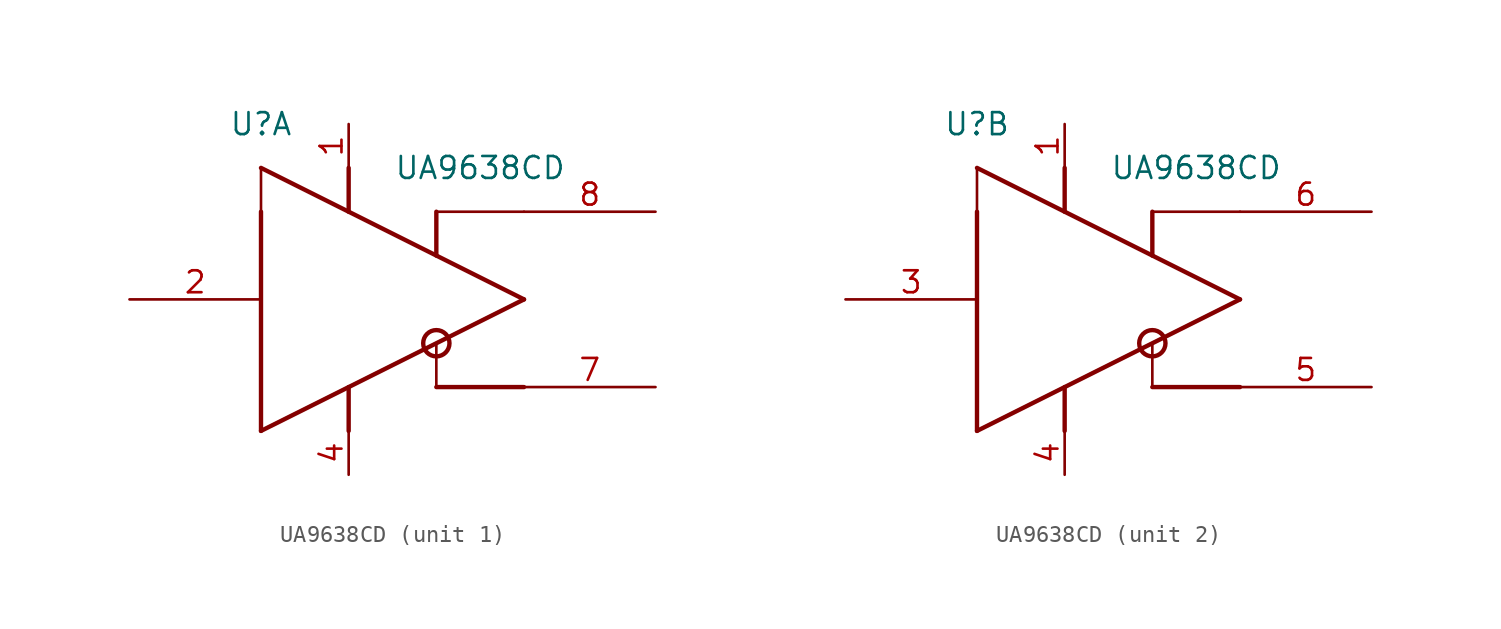
<source format=kicad_sym>
(kicad_symbol_lib
  (version 20241209)
  (generator "kicad_symbol_editor")
  (generator_version "9.0")
  (symbol "UA9638CD"
    (pin_names
      (offset 1.016)
      (hide yes))
    (property "Reference" "U"
      (at -7.62 10.16 0)
      (effects (font (size 1.27 1.27))))
    (property "Value" "UA9638CD"
      (at 5.08 7.62 0)
      (effects (font (size 1.27 1.27))))
    (symbol "UA9638CD_0_1"
      (polyline (pts (xy -7.62 7.62) (xy 7.62 0)) (stroke (width 0.254) (type default)) (fill (type none)))
      (polyline (pts (xy -7.62 5.08) (xy -7.62 7.62)) (stroke (width 0) (type default)) (fill (type none)))
      (polyline (pts (xy -7.62 5.08) (xy -7.62 -7.62)) (stroke (width 0.254) (type default)) (fill (type background)))
      (polyline (pts (xy -2.54 5.08) (xy -2.54 7.62)) (stroke (width 0.254) (type default)) (fill (type none)))
      (polyline (pts (xy -2.54 -5.08) (xy -2.54 -7.62)) (stroke (width 0.254) (type default)) (fill (type none)))
      (polyline (pts (xy 2.54 5.08) (xy 2.54 2.54)) (stroke (width 0.254) (type default)) (fill (type none)))
      (polyline (pts (xy 2.54 -2.54) (xy 2.54 -5.08)) (stroke (width 0) (type default)) (fill (type none)))
      (circle (center 2.54 -2.54) (radius 0.762) (stroke (width 0.254) (type default)) (fill (type none)))
      (polyline (pts (xy 2.54 -5.08) (xy 7.62 -5.08)) (stroke (width 0.254) (type default)) (fill (type none)))
      (polyline (pts (xy 7.62 5.08) (xy 2.54 5.08)) (stroke (width 0) (type default)) (fill (type none)))
      (polyline (pts (xy 7.62 0) (xy -7.62 -7.62)) (stroke (width 0.254) (type default)) (fill (type none))))
    (symbol "UA9638CD_1_1"
      (pin input line (at -15.24 0 0) (length 7.62) (name "IN" (effects (font (size 1.27 1.27)))) (number "2" (effects (font (size 1.27 1.27)))))
      (pin power_in line (at -2.54 10.16 270) (length 2.54) (name "VCC" (effects (font (size 1.27 1.27)))) (number "1" (effects (font (size 1.27 1.27)))))
      (pin power_in line (at -2.54 -10.16 90) (length 2.54) (name "GND" (effects (font (size 1.27 1.27)))) (number "4" (effects (font (size 1.27 1.27)))))
      (pin output line (at 15.24 5.08 180) (length 7.62) (name "OUTB" (effects (font (size 1.27 1.27)))) (number "8" (effects (font (size 1.27 1.27)))))
      (pin output line (at 15.24 -5.08 180) (length 7.62) (name "OUTA" (effects (font (size 1.27 1.27)))) (number "7" (effects (font (size 1.27 1.27))))))
    (symbol "UA9638CD_2_1"
      (pin input line (at -15.24 0 0) (length 7.62) (name "IN" (effects (font (size 1.27 1.27)))) (number "3" (effects (font (size 1.27 1.27)))))
      (pin power_in line (at -2.54 10.16 270) (length 2.54) (name "VCC" (effects (font (size 1.27 1.27)))) (number "1" (effects (font (size 1.27 1.27)))))
      (pin power_in line (at -2.54 -10.16 90) (length 2.54) (name "GND" (effects (font (size 1.27 1.27)))) (number "4" (effects (font (size 1.27 1.27)))))
      (pin output line (at 15.24 5.08 180) (length 7.62) (name "OUTB" (effects (font (size 1.27 1.27)))) (number "6" (effects (font (size 1.27 1.27)))))
      (pin output line (at 15.24 -5.08 180) (length 7.62) (name "OUTA" (effects (font (size 1.27 1.27)))) (number "5" (effects (font (size 1.27 1.27))))))))
</source>
